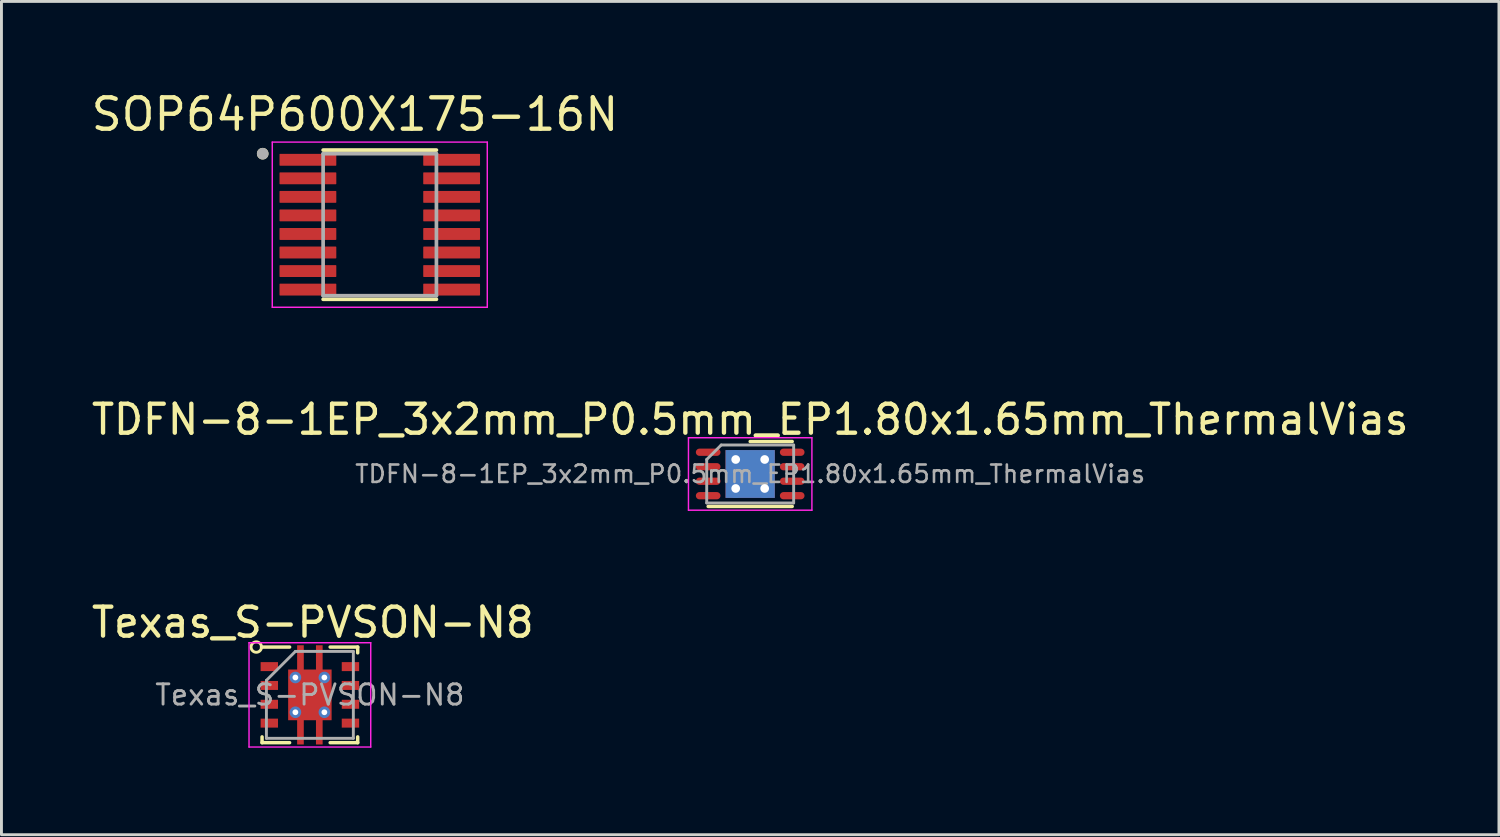
<source format=kicad_pcb>
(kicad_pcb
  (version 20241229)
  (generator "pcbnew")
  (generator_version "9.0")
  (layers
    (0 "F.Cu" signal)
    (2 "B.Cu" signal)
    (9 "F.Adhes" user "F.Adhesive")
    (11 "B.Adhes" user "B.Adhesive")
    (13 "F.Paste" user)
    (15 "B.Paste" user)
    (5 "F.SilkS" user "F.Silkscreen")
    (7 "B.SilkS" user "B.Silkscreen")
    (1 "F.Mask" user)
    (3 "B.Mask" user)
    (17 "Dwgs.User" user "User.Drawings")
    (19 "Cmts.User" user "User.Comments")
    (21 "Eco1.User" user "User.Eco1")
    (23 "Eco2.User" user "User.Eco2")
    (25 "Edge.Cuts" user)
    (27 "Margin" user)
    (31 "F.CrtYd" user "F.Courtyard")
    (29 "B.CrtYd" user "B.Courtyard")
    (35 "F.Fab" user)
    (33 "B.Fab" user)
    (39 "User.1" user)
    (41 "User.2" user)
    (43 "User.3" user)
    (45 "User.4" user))
  (footprint "TDFN-8-1EP_3x2mm_P0.5mm_EP1.80x1.65mm_ThermalVias"
    (layer "F.Cu")
    (at 22.839 13.307)
    (property "Reference" "TDFN-8-1EP_3x2mm_P0.5mm_EP1.80x1.65mm_ThermalVias" (at 0 -1.88 0) (layer "F.SilkS") (effects (font (size 1 1) (thickness 0.15))))
    (attr smd)
    (fp_line (start -1.45 1.12) (end 1.45 1.12) (stroke (width 0.12) (type solid)) (layer "F.SilkS"))
    (fp_line (start 0 -1.12) (end 1.45 -1.12) (stroke (width 0.12) (type solid)) (layer "F.SilkS"))
    (fp_line (start -2.13 -1.25) (end -2.13 1.25) (stroke (width 0.05) (type solid)) (layer "F.CrtYd"))
    (fp_line (start -2.13 1.25) (end 2.13 1.25) (stroke (width 0.05) (type solid)) (layer "F.CrtYd"))
    (fp_line (start 2.13 -1.25) (end -2.13 -1.25) (stroke (width 0.05) (type solid)) (layer "F.CrtYd"))
    (fp_line (start 2.13 1.25) (end 2.13 -1.25) (stroke (width 0.05) (type solid)) (layer "F.CrtYd"))
    (fp_line (start -1.5 -0.5) (end -1.5 1) (stroke (width 0.1) (type solid)) (layer "F.Fab"))
    (fp_line (start -1.5 1) (end 1.5 1) (stroke (width 0.1) (type solid)) (layer "F.Fab"))
    (fp_line (start -1 -1) (end -1.5 -0.5) (stroke (width 0.1) (type solid)) (layer "F.Fab"))
    (fp_line (start 1.5 -1) (end -1 -1) (stroke (width 0.1) (type solid)) (layer "F.Fab"))
    (fp_line (start 1.5 1) (end 1.5 -1) (stroke (width 0.1) (type solid)) (layer "F.Fab"))
    (fp_text user "${REFERENCE}" (at 0 0 0) (layer "F.Fab") (effects (font (size 0.6 0.6) (thickness 0.09))))
    (pad "" smd rect (at 0 -0.5) (size 0.7 0.65) (layers "F.Paste"))
    (pad "" smd rect (at 0 0) (size 1.7 0.7) (layers "F.Paste"))
    (pad "" smd rect (at 0 0.5) (size 0.7 0.65) (layers "F.Paste"))
    (pad "1" smd oval (at -1.45 -0.75) (size 0.85 0.25) (layers "F.Cu" "F.Mask" "F.Paste"))
    (pad "2" smd oval (at -1.45 -0.25) (size 0.85 0.25) (layers "F.Cu" "F.Mask" "F.Paste"))
    (pad "3" smd oval (at -1.45 0.25) (size 0.85 0.25) (layers "F.Cu" "F.Mask" "F.Paste"))
    (pad "4" smd oval (at -1.45 0.75) (size 0.85 0.25) (layers "F.Cu" "F.Mask" "F.Paste"))
    (pad "5" smd oval (at 1.45 0.75) (size 0.85 0.25) (layers "F.Cu" "F.Mask" "F.Paste"))
    (pad "6" smd oval (at 1.45 0.25) (size 0.85 0.25) (layers "F.Cu" "F.Mask" "F.Paste"))
    (pad "7" smd oval (at 1.45 -0.25) (size 0.85 0.25) (layers "F.Cu" "F.Mask" "F.Paste"))
    (pad "8" smd oval (at 1.45 -0.75) (size 0.85 0.25) (layers "F.Cu" "F.Mask" "F.Paste"))
    (pad "9" thru_hole circle (at -0.5 -0.5) (size 0.65 0.65) (drill 0.3) (layers "*.Cu"))
    (pad "9" thru_hole circle (at -0.5 0.5) (size 0.65 0.65) (drill 0.3) (layers "*.Cu"))
    (pad "9" smd rect (at 0 0) (size 1.7 1.65) (layers "F.Cu" "F.Mask"))
    (pad "9" smd rect (at 0 0) (size 1.7 1.65) (layers "B.Cu"))
    (pad "9" thru_hole circle (at 0.5 -0.5) (size 0.65 0.65) (drill 0.3) (layers "*.Cu"))
    (pad "9" thru_hole circle (at 0.5 0.5) (size 0.65 0.65) (drill 0.3) (layers "*.Cu")))
  (footprint "SOP64P600X175-16N"
    (layer "F.Cu")
    (at 10.056 4.704)
    (property "Reference" "SOP64P600X175-16N" (at -0.856 -3.806 0) (layer "F.SilkS") (effects (font (size 1.084 1.084) (thickness 0.15))))
    (attr through_hole)
    (fp_line (start -1.955 -2.575) (end 1.955 -2.575) (stroke (width 0.127) (type solid)) (layer "F.SilkS"))
    (fp_line (start -1.955 2.575) (end 1.955 2.575) (stroke (width 0.127) (type solid)) (layer "F.SilkS"))
    (fp_circle (center -4.04 -2.45) (end -3.84 -2.45) (stroke (width 0) (type solid)) (fill yes) (layer "F.SilkS"))
    (fp_line (start -3.71 -2.85) (end -3.71 2.85) (stroke (width 0.05) (type solid)) (layer "F.CrtYd"))
    (fp_line (start -3.71 -2.85) (end 3.71 -2.85) (stroke (width 0.05) (type solid)) (layer "F.CrtYd"))
    (fp_line (start -3.71 2.85) (end 3.71 2.85) (stroke (width 0.05) (type solid)) (layer "F.CrtYd"))
    (fp_line (start 3.71 -2.85) (end 3.71 2.85) (stroke (width 0.05) (type solid)) (layer "F.CrtYd"))
    (fp_line (start -1.955 -2.45) (end -1.955 2.45) (stroke (width 0.127) (type solid)) (layer "F.Fab"))
    (fp_line (start -1.955 -2.45) (end 1.955 -2.45) (stroke (width 0.127) (type solid)) (layer "F.Fab"))
    (fp_line (start -1.955 2.45) (end 1.955 2.45) (stroke (width 0.127) (type solid)) (layer "F.Fab"))
    (fp_line (start 1.955 -2.45) (end 1.955 2.45) (stroke (width 0.127) (type solid)) (layer "F.Fab"))
    (fp_circle (center -4.04 -2.45) (end -3.84 -2.45) (stroke (width 0) (type solid)) (fill yes) (layer "F.Fab"))
    (pad "1" smd roundrect (at -2.48 -2.24) (size 1.96 0.41) (layers "F.Cu" "F.Mask" "F.Paste") (roundrect_rratio 0.05))
    (pad "2" smd roundrect (at -2.48 -1.6) (size 1.96 0.41) (layers "F.Cu" "F.Mask" "F.Paste") (roundrect_rratio 0.05))
    (pad "3" smd roundrect (at -2.48 -0.96) (size 1.96 0.41) (layers "F.Cu" "F.Mask" "F.Paste") (roundrect_rratio 0.05))
    (pad "4" smd roundrect (at -2.48 -0.32) (size 1.96 0.41) (layers "F.Cu" "F.Mask" "F.Paste") (roundrect_rratio 0.05))
    (pad "5" smd roundrect (at -2.48 0.32) (size 1.96 0.41) (layers "F.Cu" "F.Mask" "F.Paste") (roundrect_rratio 0.05))
    (pad "6" smd roundrect (at -2.48 0.96) (size 1.96 0.41) (layers "F.Cu" "F.Mask" "F.Paste") (roundrect_rratio 0.05))
    (pad "7" smd roundrect (at -2.48 1.6) (size 1.96 0.41) (layers "F.Cu" "F.Mask" "F.Paste") (roundrect_rratio 0.05))
    (pad "8" smd roundrect (at -2.48 2.24) (size 1.96 0.41) (layers "F.Cu" "F.Mask" "F.Paste") (roundrect_rratio 0.05))
    (pad "9" smd roundrect (at 2.48 2.24) (size 1.96 0.41) (layers "F.Cu" "F.Mask" "F.Paste") (roundrect_rratio 0.05))
    (pad "10" smd roundrect (at 2.48 1.6) (size 1.96 0.41) (layers "F.Cu" "F.Mask" "F.Paste") (roundrect_rratio 0.05))
    (pad "11" smd roundrect (at 2.48 0.96) (size 1.96 0.41) (layers "F.Cu" "F.Mask" "F.Paste") (roundrect_rratio 0.05))
    (pad "12" smd roundrect (at 2.48 0.32) (size 1.96 0.41) (layers "F.Cu" "F.Mask" "F.Paste") (roundrect_rratio 0.05))
    (pad "13" smd roundrect (at 2.48 -0.32) (size 1.96 0.41) (layers "F.Cu" "F.Mask" "F.Paste") (roundrect_rratio 0.05))
    (pad "14" smd roundrect (at 2.48 -0.96) (size 1.96 0.41) (layers "F.Cu" "F.Mask" "F.Paste") (roundrect_rratio 0.05))
    (pad "15" smd roundrect (at 2.48 -1.6) (size 1.96 0.41) (layers "F.Cu" "F.Mask" "F.Paste") (roundrect_rratio 0.05))
    (pad "16" smd roundrect (at 2.48 -2.24) (size 1.96 0.41) (layers "F.Cu" "F.Mask" "F.Paste") (roundrect_rratio 0.05)))
  (footprint "Texas_S-PVSON-N8"
    (layer "F.Cu")
    (at 7.644 20.93)
    (property "Reference" "Texas_S-PVSON-N8" (at 0.1 -2.5 0) (layer "F.SilkS") (effects (font (size 1 1) (thickness 0.15))))
    (attr smd)
    (fp_line (start -1.67 -1.65) (end -0.7 -1.65) (stroke (width 0.12) (type solid)) (layer "F.SilkS"))
    (fp_line (start -1.65 1.65) (end -1.65 1.45) (stroke (width 0.12) (type solid)) (layer "F.SilkS"))
    (fp_line (start -1.65 1.65) (end -0.7 1.65) (stroke (width 0.12) (type solid)) (layer "F.SilkS"))
    (fp_line (start 0.7 -1.65) (end 1.65 -1.65) (stroke (width 0.12) (type solid)) (layer "F.SilkS"))
    (fp_line (start 0.7 1.65) (end 1.65 1.65) (stroke (width 0.12) (type solid)) (layer "F.SilkS"))
    (fp_line (start 1.65 -1.45) (end 1.65 -1.65) (stroke (width 0.12) (type solid)) (layer "F.SilkS"))
    (fp_line (start 1.65 1.45) (end 1.65 1.65) (stroke (width 0.12) (type solid)) (layer "F.SilkS"))
    (fp_circle (center -1.85 -1.65) (end -1.7 -1.55) (stroke (width 0.1) (type solid)) (fill no) (layer "F.SilkS"))
    (fp_line (start -2.1 -1.8) (end -2.1 1.8) (stroke (width 0.05) (type solid)) (layer "F.CrtYd"))
    (fp_line (start -2.1 -1.8) (end 2.1 -1.8) (stroke (width 0.05) (type solid)) (layer "F.CrtYd"))
    (fp_line (start -2.1 1.8) (end 2.1 1.8) (stroke (width 0.05) (type solid)) (layer "F.CrtYd"))
    (fp_line (start 2.1 -1.8) (end 2.1 1.8) (stroke (width 0.05) (type solid)) (layer "F.CrtYd"))
    (fp_line (start -1.5 1.5) (end -1.5 -0.5) (stroke (width 0.1) (type solid)) (layer "F.Fab"))
    (fp_line (start -0.5 -1.5) (end -1.5 -0.5) (stroke (width 0.1) (type solid)) (layer "F.Fab"))
    (fp_line (start -0.5 -1.5) (end 1.5 -1.5) (stroke (width 0.1) (type solid)) (layer "F.Fab"))
    (fp_line (start 1.5 -1.5) (end 1.5 1.5) (stroke (width 0.1) (type solid)) (layer "F.Fab"))
    (fp_line (start 1.5 1.5) (end -1.5 1.5) (stroke (width 0.1) (type solid)) (layer "F.Fab"))
    (fp_text user "${REFERENCE}" (at 0 0 0) (layer "F.Fab") (effects (font (size 0.7 0.7) (thickness 0.1))))
    (pad "1" smd rect (at -1.4 -0.975) (size 0.6 0.31) (layers "F.Cu" "F.Mask" "F.Paste"))
    (pad "2" smd rect (at -1.4 -0.325) (size 0.6 0.31) (layers "F.Cu" "F.Mask" "F.Paste"))
    (pad "3" smd rect (at -1.4 0.325) (size 0.6 0.31) (layers "F.Cu" "F.Mask" "F.Paste"))
    (pad "4" smd rect (at -1.4 0.975) (size 0.6 0.31) (layers "F.Cu" "F.Mask" "F.Paste"))
    (pad "5" smd rect (at 1.4 0.975) (size 0.6 0.31) (layers "F.Cu" "F.Mask" "F.Paste"))
    (pad "6" smd rect (at 1.4 0.325) (size 0.6 0.31) (layers "F.Cu" "F.Mask" "F.Paste"))
    (pad "7" smd rect (at 1.4 -0.325) (size 0.6 0.31) (layers "F.Cu" "F.Mask" "F.Paste"))
    (pad "8" smd rect (at 1.4 -0.975) (size 0.6 0.31) (layers "F.Cu" "F.Mask" "F.Paste"))
    (pad "9" thru_hole circle (at -0.5 -0.6) (size 0.4 0.4) (drill 0.2) (layers "*.Cu" "F.Mask"))
    (pad "9" thru_hole circle (at -0.5 0.6) (size 0.4 0.4) (drill 0.2) (layers "*.Cu" "F.Mask"))
    (pad "9" smd rect (at -0.325 -1.25) (size 0.23 0.925) (layers "F.Cu" "F.Mask" "F.Paste"))
    (pad "9" smd rect (at -0.325 1.25) (size 0.23 0.925) (layers "F.Cu" "F.Mask" "F.Paste"))
    (pad "9" smd rect (at 0 0 90) (size 0.7 1.4) (layers "F.Cu" "F.Mask" "F.Paste"))
    (pad "9" smd rect (at 0 0) (size 0.7 1.6) (layers "F.Cu" "F.Mask" "F.Paste"))
    (pad "9" smd rect (at 0 0) (size 1.5 1.75) (layers "F.Cu" "F.Mask"))
    (pad "9" smd rect (at 0.325 -1.25) (size 0.23 0.925) (layers "F.Cu" "F.Mask" "F.Paste"))
    (pad "9" smd rect (at 0.325 1.25) (size 0.23 0.925) (layers "F.Cu" "F.Mask" "F.Paste"))
    (pad "9" thru_hole circle (at 0.5 -0.6) (size 0.4 0.4) (drill 0.2) (layers "*.Cu" "F.Mask"))
    (pad "9" thru_hole circle (at 0.5 0.6) (size 0.4 0.4) (drill 0.2) (layers "*.Cu" "F.Mask")))
  (gr_rect
    (start -3 -3)
    (end 48.679 25.755)
    (stroke (width 0.1) (type default))
    (fill no)
    (layer "Edge.Cuts")))
</source>
